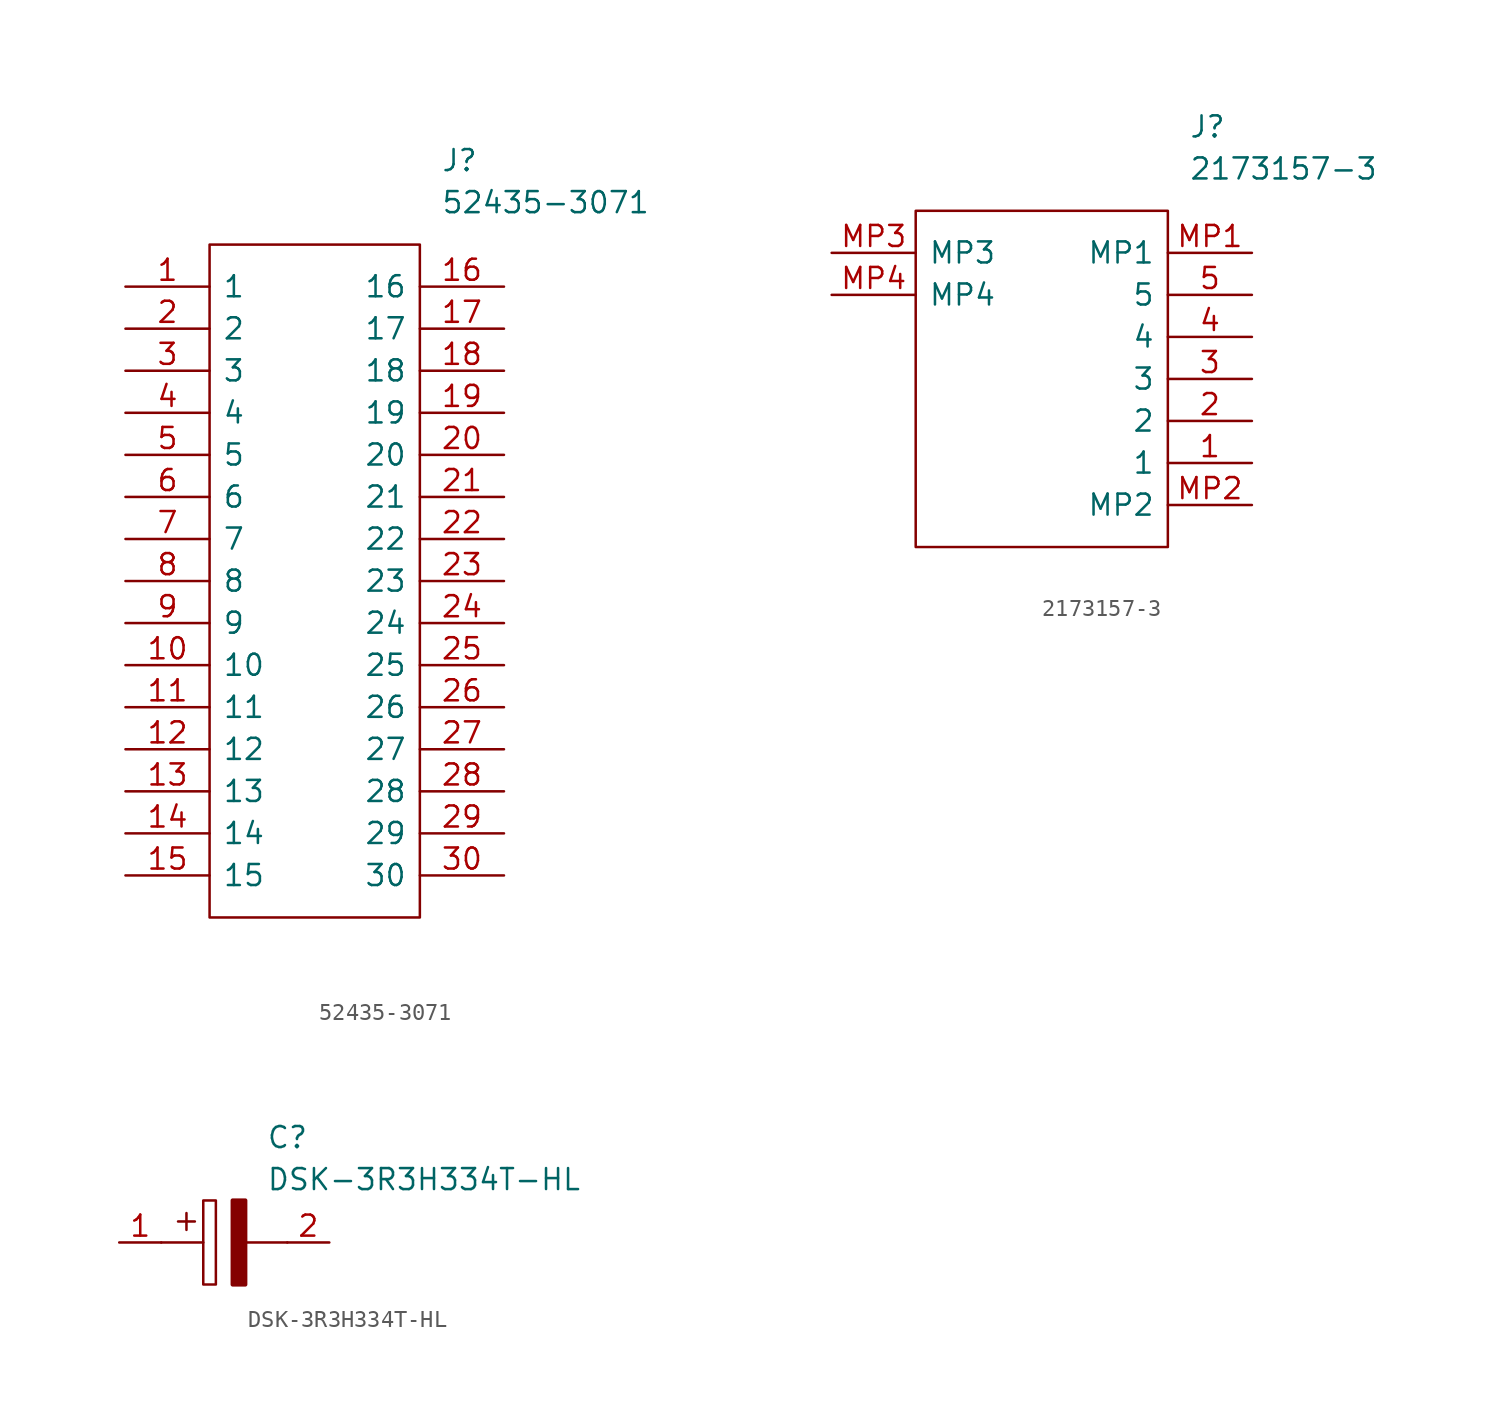
<source format=kicad_sym>
(kicad_symbol_lib
  (version 20210619)
  (generator kicad_symbol_editor)
  (symbol "52435-3071"
    (pin_names
      (offset 0.762))
    (property "Reference" "J"
      (at 19.05 7.62 0)
      (effects (font (size 1.27 1.27)) (justify left)))
    (property "Value" "52435-3071"
      (at 19.05 5.08 0)
      (effects (font (size 1.27 1.27)) (justify left)))
    (symbol "52435-3071_0_0"
      (pin passive line (at 0 0 0) (length 5.08) (name "1" (effects (font (size 1.27 1.27)))) (number "1" (effects (font (size 1.27 1.27)))))
      (pin passive line (at 0 -22.86 0) (length 5.08) (name "10" (effects (font (size 1.27 1.27)))) (number "10" (effects (font (size 1.27 1.27)))))
      (pin passive line (at 0 -25.4 0) (length 5.08) (name "11" (effects (font (size 1.27 1.27)))) (number "11" (effects (font (size 1.27 1.27)))))
      (pin passive line (at 0 -27.94 0) (length 5.08) (name "12" (effects (font (size 1.27 1.27)))) (number "12" (effects (font (size 1.27 1.27)))))
      (pin passive line (at 0 -30.48 0) (length 5.08) (name "13" (effects (font (size 1.27 1.27)))) (number "13" (effects (font (size 1.27 1.27)))))
      (pin passive line (at 0 -33.02 0) (length 5.08) (name "14" (effects (font (size 1.27 1.27)))) (number "14" (effects (font (size 1.27 1.27)))))
      (pin passive line (at 0 -35.56 0) (length 5.08) (name "15" (effects (font (size 1.27 1.27)))) (number "15" (effects (font (size 1.27 1.27)))))
      (pin passive line (at 22.86 0 180) (length 5.08) (name "16" (effects (font (size 1.27 1.27)))) (number "16" (effects (font (size 1.27 1.27)))))
      (pin passive line (at 22.86 -2.54 180) (length 5.08) (name "17" (effects (font (size 1.27 1.27)))) (number "17" (effects (font (size 1.27 1.27)))))
      (pin passive line (at 22.86 -5.08 180) (length 5.08) (name "18" (effects (font (size 1.27 1.27)))) (number "18" (effects (font (size 1.27 1.27)))))
      (pin passive line (at 22.86 -7.62 180) (length 5.08) (name "19" (effects (font (size 1.27 1.27)))) (number "19" (effects (font (size 1.27 1.27)))))
      (pin passive line (at 0 -2.54 0) (length 5.08) (name "2" (effects (font (size 1.27 1.27)))) (number "2" (effects (font (size 1.27 1.27)))))
      (pin passive line (at 22.86 -10.16 180) (length 5.08) (name "20" (effects (font (size 1.27 1.27)))) (number "20" (effects (font (size 1.27 1.27)))))
      (pin passive line (at 22.86 -12.7 180) (length 5.08) (name "21" (effects (font (size 1.27 1.27)))) (number "21" (effects (font (size 1.27 1.27)))))
      (pin passive line (at 22.86 -15.24 180) (length 5.08) (name "22" (effects (font (size 1.27 1.27)))) (number "22" (effects (font (size 1.27 1.27)))))
      (pin passive line (at 22.86 -17.78 180) (length 5.08) (name "23" (effects (font (size 1.27 1.27)))) (number "23" (effects (font (size 1.27 1.27)))))
      (pin passive line (at 22.86 -20.32 180) (length 5.08) (name "24" (effects (font (size 1.27 1.27)))) (number "24" (effects (font (size 1.27 1.27)))))
      (pin passive line (at 22.86 -22.86 180) (length 5.08) (name "25" (effects (font (size 1.27 1.27)))) (number "25" (effects (font (size 1.27 1.27)))))
      (pin passive line (at 22.86 -25.4 180) (length 5.08) (name "26" (effects (font (size 1.27 1.27)))) (number "26" (effects (font (size 1.27 1.27)))))
      (pin passive line (at 22.86 -27.94 180) (length 5.08) (name "27" (effects (font (size 1.27 1.27)))) (number "27" (effects (font (size 1.27 1.27)))))
      (pin passive line (at 22.86 -30.48 180) (length 5.08) (name "28" (effects (font (size 1.27 1.27)))) (number "28" (effects (font (size 1.27 1.27)))))
      (pin passive line (at 22.86 -33.02 180) (length 5.08) (name "29" (effects (font (size 1.27 1.27)))) (number "29" (effects (font (size 1.27 1.27)))))
      (pin passive line (at 0 -5.08 0) (length 5.08) (name "3" (effects (font (size 1.27 1.27)))) (number "3" (effects (font (size 1.27 1.27)))))
      (pin passive line (at 22.86 -35.56 180) (length 5.08) (name "30" (effects (font (size 1.27 1.27)))) (number "30" (effects (font (size 1.27 1.27)))))
      (pin passive line (at 0 -7.62 0) (length 5.08) (name "4" (effects (font (size 1.27 1.27)))) (number "4" (effects (font (size 1.27 1.27)))))
      (pin passive line (at 0 -10.16 0) (length 5.08) (name "5" (effects (font (size 1.27 1.27)))) (number "5" (effects (font (size 1.27 1.27)))))
      (pin passive line (at 0 -12.7 0) (length 5.08) (name "6" (effects (font (size 1.27 1.27)))) (number "6" (effects (font (size 1.27 1.27)))))
      (pin passive line (at 0 -15.24 0) (length 5.08) (name "7" (effects (font (size 1.27 1.27)))) (number "7" (effects (font (size 1.27 1.27)))))
      (pin passive line (at 0 -17.78 0) (length 5.08) (name "8" (effects (font (size 1.27 1.27)))) (number "8" (effects (font (size 1.27 1.27)))))
      (pin passive line (at 0 -20.32 0) (length 5.08) (name "9" (effects (font (size 1.27 1.27)))) (number "9" (effects (font (size 1.27 1.27))))))
    (symbol "52435-3071_0_1"
      (polyline (pts (xy 5.08 2.54) (xy 17.78 2.54) (xy 17.78 -38.1) (xy 5.08 -38.1) (xy 5.08 2.54)) (stroke (width 0.152)) (fill (type none)))))
  (symbol "2173157-3"
    (pin_names
      (offset 0.762))
    (property "Reference" "J"
      (at 21.59 7.62 0)
      (effects (font (size 1.27 1.27)) (justify left)))
    (property "Value" "2173157-3"
      (at 21.59 5.08 0)
      (effects (font (size 1.27 1.27)) (justify left)))
    (symbol "2173157-3_0_0"
      (pin passive line (at 25.4 -12.7 180) (length 5.08) (name "1" (effects (font (size 1.27 1.27)))) (number "1" (effects (font (size 1.27 1.27)))))
      (pin passive line (at 25.4 -10.16 180) (length 5.08) (name "2" (effects (font (size 1.27 1.27)))) (number "2" (effects (font (size 1.27 1.27)))))
      (pin passive line (at 25.4 -7.62 180) (length 5.08) (name "3" (effects (font (size 1.27 1.27)))) (number "3" (effects (font (size 1.27 1.27)))))
      (pin passive line (at 25.4 -5.08 180) (length 5.08) (name "4" (effects (font (size 1.27 1.27)))) (number "4" (effects (font (size 1.27 1.27)))))
      (pin passive line (at 25.4 -2.54 180) (length 5.08) (name "5" (effects (font (size 1.27 1.27)))) (number "5" (effects (font (size 1.27 1.27)))))
      (pin passive line (at 25.4 0 180) (length 5.08) (name "MP1" (effects (font (size 1.27 1.27)))) (number "MP1" (effects (font (size 1.27 1.27)))))
      (pin passive line (at 25.4 -15.24 180) (length 5.08) (name "MP2" (effects (font (size 1.27 1.27)))) (number "MP2" (effects (font (size 1.27 1.27)))))
      (pin passive line (at 0 0 0) (length 5.08) (name "MP3" (effects (font (size 1.27 1.27)))) (number "MP3" (effects (font (size 1.27 1.27)))))
      (pin passive line (at 0 -2.54 0) (length 5.08) (name "MP4" (effects (font (size 1.27 1.27)))) (number "MP4" (effects (font (size 1.27 1.27))))))
    (symbol "2173157-3_0_1"
      (polyline (pts (xy 5.08 2.54) (xy 20.32 2.54) (xy 20.32 -17.78) (xy 5.08 -17.78) (xy 5.08 2.54)) (stroke (width 0.152)) (fill (type none)))))
  (symbol "DSK-3R3H334T-HL"
    (pin_names
      (offset 0.762))
    (property "Reference" "C"
      (at 8.89 6.35 0)
      (effects (font (size 1.27 1.27)) (justify left)))
    (property "Value" "DSK-3R3H334T-HL"
      (at 8.89 3.81 0)
      (effects (font (size 1.27 1.27)) (justify left)))
    (symbol "DSK-3R3H334T-HL_0_0"
      (pin passive line (at 0 0 0) (length 2.54) (name "~" (effects (font (size 1.27 1.27)))) (number "1" (effects (font (size 1.27 1.27)))))
      (pin passive line (at 12.7 0 180) (length 2.54) (name "~" (effects (font (size 1.27 1.27)))) (number "2" (effects (font (size 1.27 1.27))))))
    (symbol "DSK-3R3H334T-HL_0_1"
      (polyline (pts (xy 2.54 0) (xy 5.08 0)) (stroke (width 0.152)) (fill (type none)))
      (polyline (pts (xy 4.064 1.778) (xy 4.064 0.762)) (stroke (width 0.152)) (fill (type none)))
      (polyline (pts (xy 4.572 1.27) (xy 3.556 1.27)) (stroke (width 0.152)) (fill (type none)))
      (polyline (pts (xy 7.62 0) (xy 10.16 0)) (stroke (width 0.152)) (fill (type none)))
      (polyline (pts (xy 5.08 2.54) (xy 5.08 -2.54) (xy 5.842 -2.54) (xy 5.842 2.54) (xy 5.08 2.54)) (stroke (width 0.152)) (fill (type none)))
      (polyline (pts (xy 7.62 2.54) (xy 7.62 -2.54) (xy 6.858 -2.54) (xy 6.858 2.54) (xy 7.62 2.54)) (stroke (width 0.254)) (fill (type outline))))))
</source>
